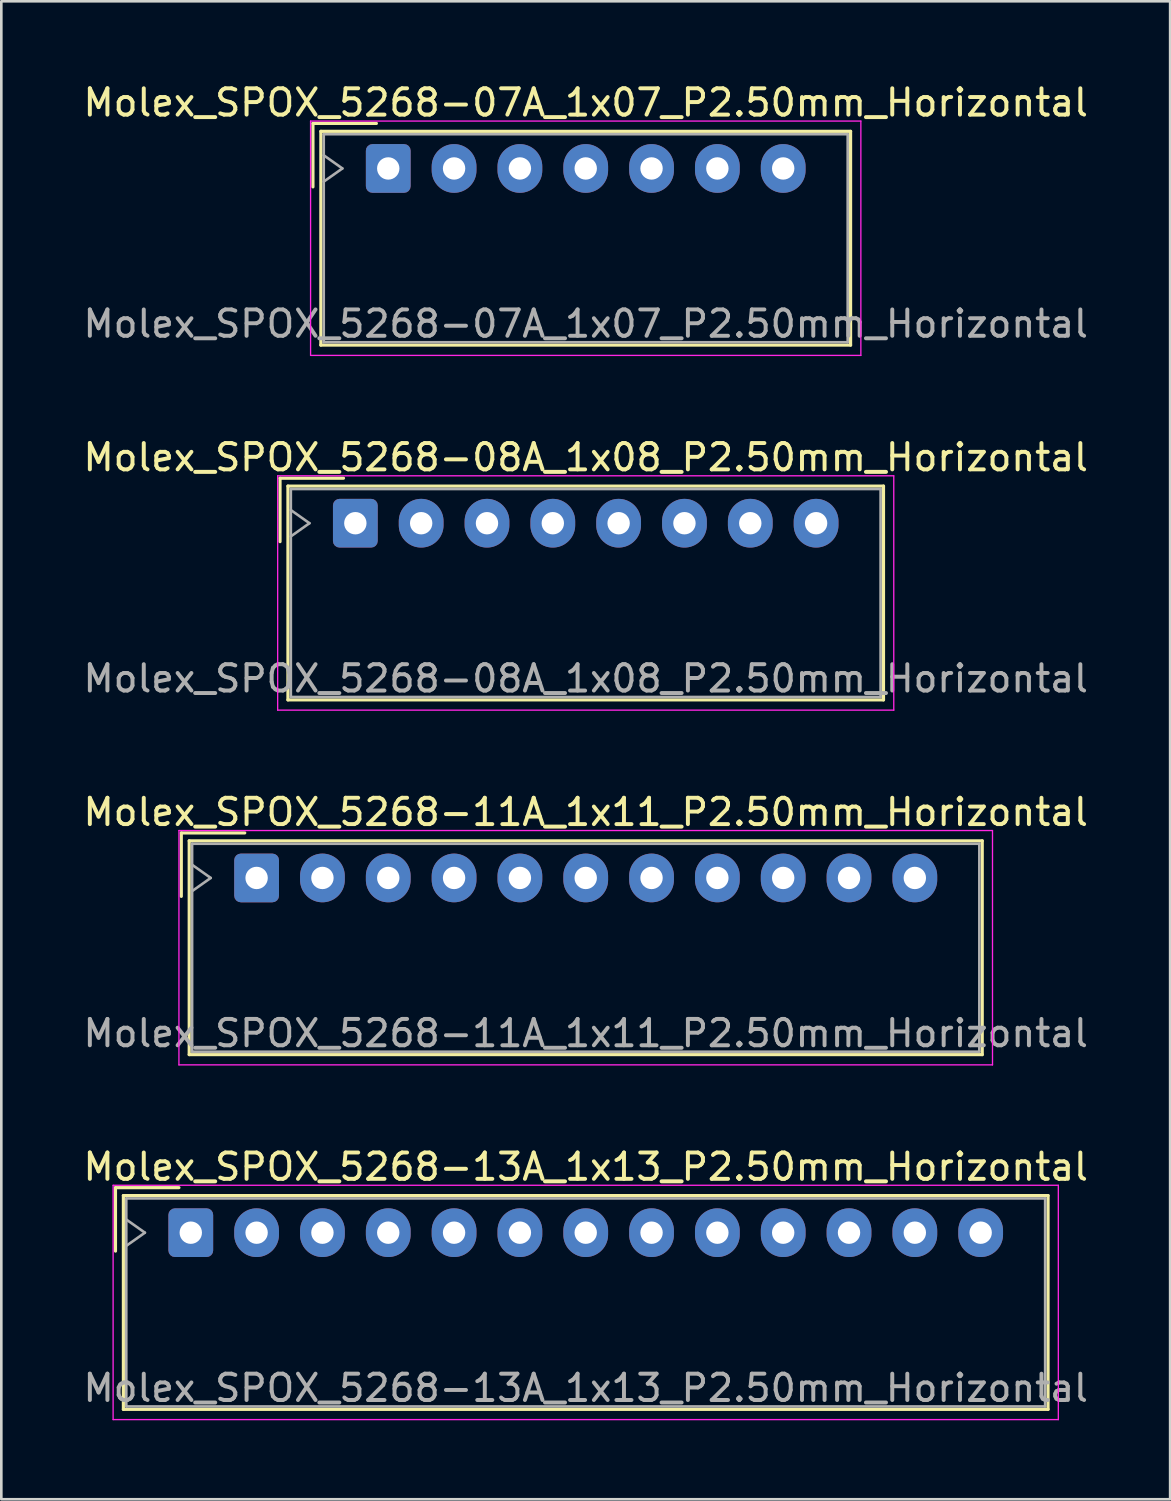
<source format=kicad_pcb>
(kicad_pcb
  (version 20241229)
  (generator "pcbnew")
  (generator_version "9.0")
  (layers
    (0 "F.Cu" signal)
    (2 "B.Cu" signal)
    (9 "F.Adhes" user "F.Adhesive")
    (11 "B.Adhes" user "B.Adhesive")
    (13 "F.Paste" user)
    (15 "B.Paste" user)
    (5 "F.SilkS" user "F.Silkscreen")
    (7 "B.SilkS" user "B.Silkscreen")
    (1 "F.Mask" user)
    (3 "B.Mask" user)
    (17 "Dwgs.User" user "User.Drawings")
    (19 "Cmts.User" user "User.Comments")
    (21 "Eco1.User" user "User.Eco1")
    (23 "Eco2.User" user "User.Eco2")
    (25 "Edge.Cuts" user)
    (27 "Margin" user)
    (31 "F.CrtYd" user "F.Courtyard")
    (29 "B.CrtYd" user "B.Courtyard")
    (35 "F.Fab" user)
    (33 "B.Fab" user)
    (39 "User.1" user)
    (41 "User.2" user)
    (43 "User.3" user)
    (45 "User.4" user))
  (footprint "Molex_SPOX_5268-13A_1x13_P2.50mm_Horizontal"
    (layer "F.Cu")
    (at 4.196 43.768)
    (property "Reference" "Molex_SPOX_5268-13A_1x13_P2.50mm_Horizontal" (at 15 -2.5 0) (layer "F.SilkS") (effects (font (size 1 1) (thickness 0.15))))
    (attr through_hole)
    (fp_line (start -2.86 -1.71) (end -0.45 -1.71) (stroke (width 0.12) (type solid)) (layer "F.SilkS"))
    (fp_line (start -2.86 0.7) (end -2.86 -1.71) (stroke (width 0.12) (type solid)) (layer "F.SilkS"))
    (fp_line (start -2.56 -1.41) (end -2.56 6.71) (stroke (width 0.12) (type solid)) (layer "F.SilkS"))
    (fp_line (start -2.56 6.71) (end 32.56 6.71) (stroke (width 0.12) (type solid)) (layer "F.SilkS"))
    (fp_line (start 32.56 -1.41) (end -2.56 -1.41) (stroke (width 0.12) (type solid)) (layer "F.SilkS"))
    (fp_line (start 32.56 6.71) (end 32.56 -1.41) (stroke (width 0.12) (type solid)) (layer "F.SilkS"))
    (fp_line (start -2.95 -1.8) (end -2.95 7.1) (stroke (width 0.05) (type solid)) (layer "F.CrtYd"))
    (fp_line (start -2.95 7.1) (end 32.95 7.1) (stroke (width 0.05) (type solid)) (layer "F.CrtYd"))
    (fp_line (start 32.95 -1.8) (end -2.95 -1.8) (stroke (width 0.05) (type solid)) (layer "F.CrtYd"))
    (fp_line (start 32.95 7.1) (end 32.95 -1.8) (stroke (width 0.05) (type solid)) (layer "F.CrtYd"))
    (fp_line (start -2.45 -1.3) (end -2.45 6.6) (stroke (width 0.1) (type solid)) (layer "F.Fab"))
    (fp_line (start -2.45 0.5) (end -1.743 0) (stroke (width 0.1) (type solid)) (layer "F.Fab"))
    (fp_line (start -2.45 6.6) (end 32.45 6.6) (stroke (width 0.1) (type solid)) (layer "F.Fab"))
    (fp_line (start -1.743 0) (end -2.45 -0.5) (stroke (width 0.1) (type solid)) (layer "F.Fab"))
    (fp_line (start 32.45 -1.3) (end -2.45 -1.3) (stroke (width 0.1) (type solid)) (layer "F.Fab"))
    (fp_line (start 32.45 6.6) (end 32.45 -1.3) (stroke (width 0.1) (type solid)) (layer "F.Fab"))
    (fp_text user "${REFERENCE}" (at 15 5.9 0) (layer "F.Fab") (effects (font (size 1 1) (thickness 0.15))))
    (pad "1" thru_hole roundrect (at 0 0) (size 1.7 1.85) (drill 0.85) (layers "*.Cu" "*.Mask") (roundrect_rratio 0.147))
    (pad "2" thru_hole oval (at 2.5 0) (size 1.7 1.85) (drill 0.85) (layers "*.Cu" "*.Mask"))
    (pad "3" thru_hole oval (at 5 0) (size 1.7 1.85) (drill 0.85) (layers "*.Cu" "*.Mask"))
    (pad "4" thru_hole oval (at 7.5 0) (size 1.7 1.85) (drill 0.85) (layers "*.Cu" "*.Mask"))
    (pad "5" thru_hole oval (at 10 0) (size 1.7 1.85) (drill 0.85) (layers "*.Cu" "*.Mask"))
    (pad "6" thru_hole oval (at 12.5 0) (size 1.7 1.85) (drill 0.85) (layers "*.Cu" "*.Mask"))
    (pad "7" thru_hole oval (at 15 0) (size 1.7 1.85) (drill 0.85) (layers "*.Cu" "*.Mask"))
    (pad "8" thru_hole oval (at 17.5 0) (size 1.7 1.85) (drill 0.85) (layers "*.Cu" "*.Mask"))
    (pad "9" thru_hole oval (at 20 0) (size 1.7 1.85) (drill 0.85) (layers "*.Cu" "*.Mask"))
    (pad "10" thru_hole oval (at 22.5 0) (size 1.7 1.85) (drill 0.85) (layers "*.Cu" "*.Mask"))
    (pad "11" thru_hole oval (at 25 0) (size 1.7 1.85) (drill 0.85) (layers "*.Cu" "*.Mask"))
    (pad "12" thru_hole oval (at 27.5 0) (size 1.7 1.85) (drill 0.85) (layers "*.Cu" "*.Mask"))
    (pad "13" thru_hole oval (at 30 0) (size 1.7 1.85) (drill 0.85) (layers "*.Cu" "*.Mask")))
  (footprint "Molex_SPOX_5268-07A_1x07_P2.50mm_Horizontal"
    (layer "F.Cu")
    (at 11.696 3.348)
    (property "Reference" "Molex_SPOX_5268-07A_1x07_P2.50mm_Horizontal" (at 7.5 -2.5 0) (layer "F.SilkS") (effects (font (size 1 1) (thickness 0.15))))
    (attr through_hole)
    (fp_line (start -2.86 -1.71) (end -0.45 -1.71) (stroke (width 0.12) (type solid)) (layer "F.SilkS"))
    (fp_line (start -2.86 0.7) (end -2.86 -1.71) (stroke (width 0.12) (type solid)) (layer "F.SilkS"))
    (fp_line (start -2.56 -1.41) (end -2.56 6.71) (stroke (width 0.12) (type solid)) (layer "F.SilkS"))
    (fp_line (start -2.56 6.71) (end 17.56 6.71) (stroke (width 0.12) (type solid)) (layer "F.SilkS"))
    (fp_line (start 17.56 -1.41) (end -2.56 -1.41) (stroke (width 0.12) (type solid)) (layer "F.SilkS"))
    (fp_line (start 17.56 6.71) (end 17.56 -1.41) (stroke (width 0.12) (type solid)) (layer "F.SilkS"))
    (fp_line (start -2.95 -1.8) (end -2.95 7.1) (stroke (width 0.05) (type solid)) (layer "F.CrtYd"))
    (fp_line (start -2.95 7.1) (end 17.95 7.1) (stroke (width 0.05) (type solid)) (layer "F.CrtYd"))
    (fp_line (start 17.95 -1.8) (end -2.95 -1.8) (stroke (width 0.05) (type solid)) (layer "F.CrtYd"))
    (fp_line (start 17.95 7.1) (end 17.95 -1.8) (stroke (width 0.05) (type solid)) (layer "F.CrtYd"))
    (fp_line (start -2.45 -1.3) (end -2.45 6.6) (stroke (width 0.1) (type solid)) (layer "F.Fab"))
    (fp_line (start -2.45 0.5) (end -1.743 0) (stroke (width 0.1) (type solid)) (layer "F.Fab"))
    (fp_line (start -2.45 6.6) (end 17.45 6.6) (stroke (width 0.1) (type solid)) (layer "F.Fab"))
    (fp_line (start -1.743 0) (end -2.45 -0.5) (stroke (width 0.1) (type solid)) (layer "F.Fab"))
    (fp_line (start 17.45 -1.3) (end -2.45 -1.3) (stroke (width 0.1) (type solid)) (layer "F.Fab"))
    (fp_line (start 17.45 6.6) (end 17.45 -1.3) (stroke (width 0.1) (type solid)) (layer "F.Fab"))
    (fp_text user "${REFERENCE}" (at 7.5 5.9 0) (layer "F.Fab") (effects (font (size 1 1) (thickness 0.15))))
    (pad "1" thru_hole roundrect (at 0 0) (size 1.7 1.85) (drill 0.85) (layers "*.Cu" "*.Mask") (roundrect_rratio 0.147))
    (pad "2" thru_hole oval (at 2.5 0) (size 1.7 1.85) (drill 0.85) (layers "*.Cu" "*.Mask"))
    (pad "3" thru_hole oval (at 5 0) (size 1.7 1.85) (drill 0.85) (layers "*.Cu" "*.Mask"))
    (pad "4" thru_hole oval (at 7.5 0) (size 1.7 1.85) (drill 0.85) (layers "*.Cu" "*.Mask"))
    (pad "5" thru_hole oval (at 10 0) (size 1.7 1.85) (drill 0.85) (layers "*.Cu" "*.Mask"))
    (pad "6" thru_hole oval (at 12.5 0) (size 1.7 1.85) (drill 0.85) (layers "*.Cu" "*.Mask"))
    (pad "7" thru_hole oval (at 15 0) (size 1.7 1.85) (drill 0.85) (layers "*.Cu" "*.Mask")))
  (footprint "Molex_SPOX_5268-11A_1x11_P2.50mm_Horizontal"
    (layer "F.Cu")
    (at 6.696 30.295)
    (property "Reference" "Molex_SPOX_5268-11A_1x11_P2.50mm_Horizontal" (at 12.5 -2.5 0) (layer "F.SilkS") (effects (font (size 1 1) (thickness 0.15))))
    (attr through_hole)
    (fp_line (start -2.86 -1.71) (end -0.45 -1.71) (stroke (width 0.12) (type solid)) (layer "F.SilkS"))
    (fp_line (start -2.86 0.7) (end -2.86 -1.71) (stroke (width 0.12) (type solid)) (layer "F.SilkS"))
    (fp_line (start -2.56 -1.41) (end -2.56 6.71) (stroke (width 0.12) (type solid)) (layer "F.SilkS"))
    (fp_line (start -2.56 6.71) (end 27.56 6.71) (stroke (width 0.12) (type solid)) (layer "F.SilkS"))
    (fp_line (start 27.56 -1.41) (end -2.56 -1.41) (stroke (width 0.12) (type solid)) (layer "F.SilkS"))
    (fp_line (start 27.56 6.71) (end 27.56 -1.41) (stroke (width 0.12) (type solid)) (layer "F.SilkS"))
    (fp_line (start -2.95 -1.8) (end -2.95 7.1) (stroke (width 0.05) (type solid)) (layer "F.CrtYd"))
    (fp_line (start -2.95 7.1) (end 27.95 7.1) (stroke (width 0.05) (type solid)) (layer "F.CrtYd"))
    (fp_line (start 27.95 -1.8) (end -2.95 -1.8) (stroke (width 0.05) (type solid)) (layer "F.CrtYd"))
    (fp_line (start 27.95 7.1) (end 27.95 -1.8) (stroke (width 0.05) (type solid)) (layer "F.CrtYd"))
    (fp_line (start -2.45 -1.3) (end -2.45 6.6) (stroke (width 0.1) (type solid)) (layer "F.Fab"))
    (fp_line (start -2.45 0.5) (end -1.743 0) (stroke (width 0.1) (type solid)) (layer "F.Fab"))
    (fp_line (start -2.45 6.6) (end 27.45 6.6) (stroke (width 0.1) (type solid)) (layer "F.Fab"))
    (fp_line (start -1.743 0) (end -2.45 -0.5) (stroke (width 0.1) (type solid)) (layer "F.Fab"))
    (fp_line (start 27.45 -1.3) (end -2.45 -1.3) (stroke (width 0.1) (type solid)) (layer "F.Fab"))
    (fp_line (start 27.45 6.6) (end 27.45 -1.3) (stroke (width 0.1) (type solid)) (layer "F.Fab"))
    (fp_text user "${REFERENCE}" (at 12.5 5.9 0) (layer "F.Fab") (effects (font (size 1 1) (thickness 0.15))))
    (pad "1" thru_hole roundrect (at 0 0) (size 1.7 1.85) (drill 0.85) (layers "*.Cu" "*.Mask") (roundrect_rratio 0.147))
    (pad "2" thru_hole oval (at 2.5 0) (size 1.7 1.85) (drill 0.85) (layers "*.Cu" "*.Mask"))
    (pad "3" thru_hole oval (at 5 0) (size 1.7 1.85) (drill 0.85) (layers "*.Cu" "*.Mask"))
    (pad "4" thru_hole oval (at 7.5 0) (size 1.7 1.85) (drill 0.85) (layers "*.Cu" "*.Mask"))
    (pad "5" thru_hole oval (at 10 0) (size 1.7 1.85) (drill 0.85) (layers "*.Cu" "*.Mask"))
    (pad "6" thru_hole oval (at 12.5 0) (size 1.7 1.85) (drill 0.85) (layers "*.Cu" "*.Mask"))
    (pad "7" thru_hole oval (at 15 0) (size 1.7 1.85) (drill 0.85) (layers "*.Cu" "*.Mask"))
    (pad "8" thru_hole oval (at 17.5 0) (size 1.7 1.85) (drill 0.85) (layers "*.Cu" "*.Mask"))
    (pad "9" thru_hole oval (at 20 0) (size 1.7 1.85) (drill 0.85) (layers "*.Cu" "*.Mask"))
    (pad "10" thru_hole oval (at 22.5 0) (size 1.7 1.85) (drill 0.85) (layers "*.Cu" "*.Mask"))
    (pad "11" thru_hole oval (at 25 0) (size 1.7 1.85) (drill 0.85) (layers "*.Cu" "*.Mask")))
  (footprint "Molex_SPOX_5268-08A_1x08_P2.50mm_Horizontal"
    (layer "F.Cu")
    (at 10.446 16.822)
    (property "Reference" "Molex_SPOX_5268-08A_1x08_P2.50mm_Horizontal" (at 8.75 -2.5 0) (layer "F.SilkS") (effects (font (size 1 1) (thickness 0.15))))
    (attr through_hole)
    (fp_line (start -2.86 -1.71) (end -0.45 -1.71) (stroke (width 0.12) (type solid)) (layer "F.SilkS"))
    (fp_line (start -2.86 0.7) (end -2.86 -1.71) (stroke (width 0.12) (type solid)) (layer "F.SilkS"))
    (fp_line (start -2.56 -1.41) (end -2.56 6.71) (stroke (width 0.12) (type solid)) (layer "F.SilkS"))
    (fp_line (start -2.56 6.71) (end 20.06 6.71) (stroke (width 0.12) (type solid)) (layer "F.SilkS"))
    (fp_line (start 20.06 -1.41) (end -2.56 -1.41) (stroke (width 0.12) (type solid)) (layer "F.SilkS"))
    (fp_line (start 20.06 6.71) (end 20.06 -1.41) (stroke (width 0.12) (type solid)) (layer "F.SilkS"))
    (fp_line (start -2.95 -1.8) (end -2.95 7.1) (stroke (width 0.05) (type solid)) (layer "F.CrtYd"))
    (fp_line (start -2.95 7.1) (end 20.45 7.1) (stroke (width 0.05) (type solid)) (layer "F.CrtYd"))
    (fp_line (start 20.45 -1.8) (end -2.95 -1.8) (stroke (width 0.05) (type solid)) (layer "F.CrtYd"))
    (fp_line (start 20.45 7.1) (end 20.45 -1.8) (stroke (width 0.05) (type solid)) (layer "F.CrtYd"))
    (fp_line (start -2.45 -1.3) (end -2.45 6.6) (stroke (width 0.1) (type solid)) (layer "F.Fab"))
    (fp_line (start -2.45 0.5) (end -1.743 0) (stroke (width 0.1) (type solid)) (layer "F.Fab"))
    (fp_line (start -2.45 6.6) (end 19.95 6.6) (stroke (width 0.1) (type solid)) (layer "F.Fab"))
    (fp_line (start -1.743 0) (end -2.45 -0.5) (stroke (width 0.1) (type solid)) (layer "F.Fab"))
    (fp_line (start 19.95 -1.3) (end -2.45 -1.3) (stroke (width 0.1) (type solid)) (layer "F.Fab"))
    (fp_line (start 19.95 6.6) (end 19.95 -1.3) (stroke (width 0.1) (type solid)) (layer "F.Fab"))
    (fp_text user "${REFERENCE}" (at 8.75 5.9 0) (layer "F.Fab") (effects (font (size 1 1) (thickness 0.15))))
    (pad "1" thru_hole roundrect (at 0 0) (size 1.7 1.85) (drill 0.85) (layers "*.Cu" "*.Mask") (roundrect_rratio 0.147))
    (pad "2" thru_hole oval (at 2.5 0) (size 1.7 1.85) (drill 0.85) (layers "*.Cu" "*.Mask"))
    (pad "3" thru_hole oval (at 5 0) (size 1.7 1.85) (drill 0.85) (layers "*.Cu" "*.Mask"))
    (pad "4" thru_hole oval (at 7.5 0) (size 1.7 1.85) (drill 0.85) (layers "*.Cu" "*.Mask"))
    (pad "5" thru_hole oval (at 10 0) (size 1.7 1.85) (drill 0.85) (layers "*.Cu" "*.Mask"))
    (pad "6" thru_hole oval (at 12.5 0) (size 1.7 1.85) (drill 0.85) (layers "*.Cu" "*.Mask"))
    (pad "7" thru_hole oval (at 15 0) (size 1.7 1.85) (drill 0.85) (layers "*.Cu" "*.Mask"))
    (pad "8" thru_hole oval (at 17.5 0) (size 1.7 1.85) (drill 0.85) (layers "*.Cu" "*.Mask")))
  (gr_rect
    (start -3 -3)
    (end 41.393 53.893)
    (stroke (width 0.1) (type default))
    (fill no)
    (layer "Edge.Cuts")))
</source>
